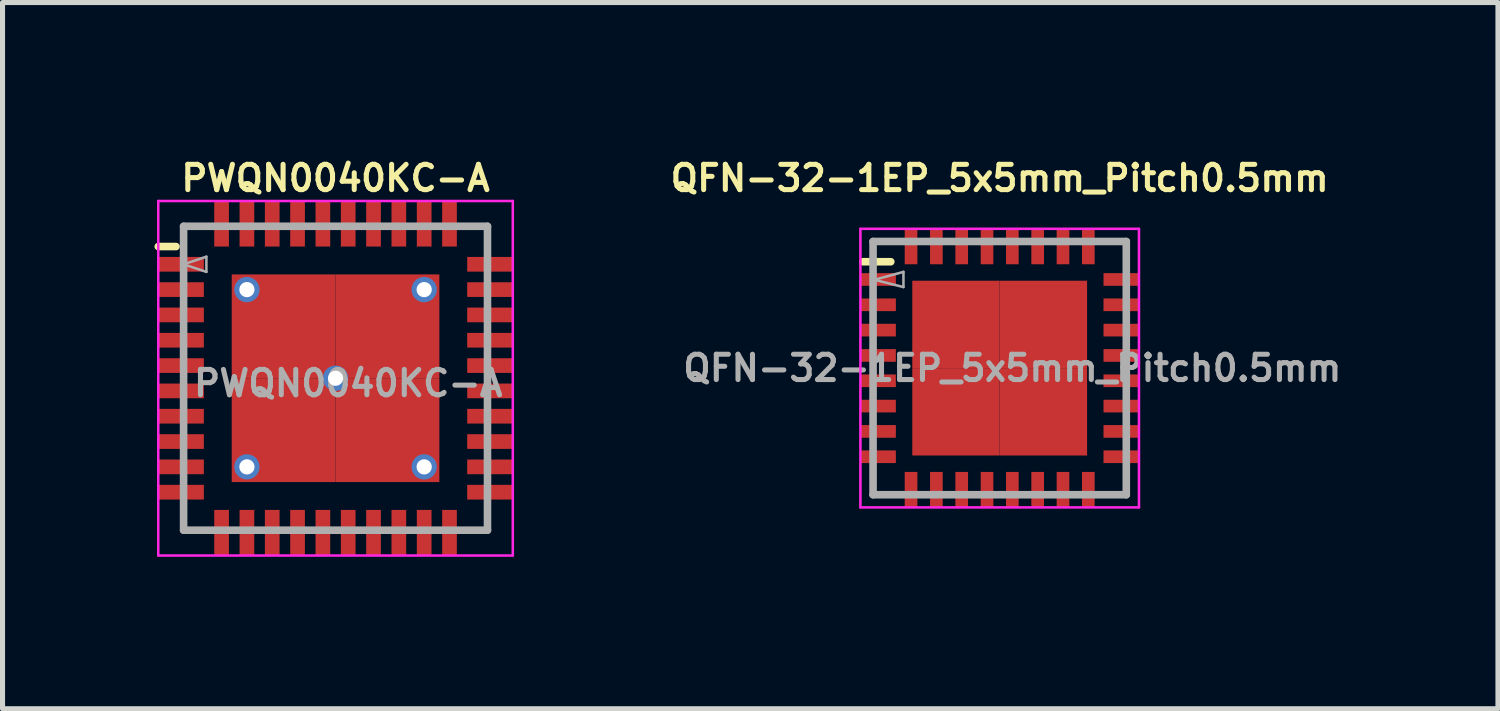
<source format=kicad_pcb>
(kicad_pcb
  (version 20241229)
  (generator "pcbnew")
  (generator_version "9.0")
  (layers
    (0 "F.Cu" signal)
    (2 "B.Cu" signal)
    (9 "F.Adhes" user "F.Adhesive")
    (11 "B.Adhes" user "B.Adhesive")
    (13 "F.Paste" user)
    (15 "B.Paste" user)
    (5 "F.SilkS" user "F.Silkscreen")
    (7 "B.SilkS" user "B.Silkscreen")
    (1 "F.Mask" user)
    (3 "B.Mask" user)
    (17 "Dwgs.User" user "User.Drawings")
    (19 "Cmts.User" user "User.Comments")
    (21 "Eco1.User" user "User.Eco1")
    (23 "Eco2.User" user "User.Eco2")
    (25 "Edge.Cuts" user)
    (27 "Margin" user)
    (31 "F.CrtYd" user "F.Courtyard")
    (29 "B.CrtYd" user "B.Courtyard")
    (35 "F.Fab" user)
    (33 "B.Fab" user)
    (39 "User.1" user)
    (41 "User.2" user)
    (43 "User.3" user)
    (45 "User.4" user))
  (footprint "QFN-32-1EP_5x5mm_Pitch0.5mm"
    (layer "F.Cu")
    (at 16.688 4.218)
    (property "Reference" "QFN-32-1EP_5x5mm_Pitch0.5mm" (at 0 -3.75 0) (layer "F.SilkS") (effects (font (size 0.5 0.5) (thickness 0.1))))
    (attr smd)
    (fp_line (start -2.7 -2.1) (end -2.15 -2.1) (stroke (width 0.15) (type solid)) (layer "F.SilkS"))
    (fp_line (start -2.75 -2.75) (end -2.75 2.75) (stroke (width 0.05) (type solid)) (layer "F.CrtYd"))
    (fp_line (start -2.75 -2.75) (end 2.75 -2.75) (stroke (width 0.05) (type solid)) (layer "F.CrtYd"))
    (fp_line (start -2.75 2.75) (end 2.75 2.75) (stroke (width 0.05) (type solid)) (layer "F.CrtYd"))
    (fp_line (start 2.75 -2.75) (end 2.75 2.75) (stroke (width 0.05) (type solid)) (layer "F.CrtYd"))
    (fp_line (start -2.5 -2.5) (end -2.5 2.5) (stroke (width 0.15) (type solid)) (layer "F.Fab"))
    (fp_line (start -2.5 2.5) (end 2.5 2.5) (stroke (width 0.15) (type solid)) (layer "F.Fab"))
    (fp_line (start -2.45 -1.75) (end -1.9 -1.9) (stroke (width 0.05) (type solid)) (layer "F.Fab"))
    (fp_line (start -1.9 -1.9) (end -1.9 -1.6) (stroke (width 0.05) (type solid)) (layer "F.Fab"))
    (fp_line (start -1.9 -1.6) (end -2.5 -1.75) (stroke (width 0.05) (type solid)) (layer "F.Fab"))
    (fp_line (start 2.5 -2.5) (end -2.5 -2.5) (stroke (width 0.15) (type solid)) (layer "F.Fab"))
    (fp_line (start 2.5 2.5) (end 2.5 -2.5) (stroke (width 0.15) (type solid)) (layer "F.Fab"))
    (fp_text user "${REFERENCE}" (at 0.25 0 0) (layer "F.Fab") (effects (font (size 0.5 0.5) (thickness 0.1))))
    (pad "1" smd rect (at -2.4 -1.75) (size 0.7 0.25) (layers "F.Cu" "F.Mask" "F.Paste"))
    (pad "2" smd rect (at -2.4 -1.25) (size 0.7 0.25) (layers "F.Cu" "F.Mask" "F.Paste"))
    (pad "3" smd rect (at -2.4 -0.75) (size 0.7 0.25) (layers "F.Cu" "F.Mask" "F.Paste"))
    (pad "4" smd rect (at -2.4 -0.25) (size 0.7 0.25) (layers "F.Cu" "F.Mask" "F.Paste"))
    (pad "5" smd rect (at -2.4 0.25) (size 0.7 0.25) (layers "F.Cu" "F.Mask" "F.Paste"))
    (pad "6" smd rect (at -2.4 0.75) (size 0.7 0.25) (layers "F.Cu" "F.Mask" "F.Paste"))
    (pad "7" smd rect (at -2.4 1.25) (size 0.7 0.25) (layers "F.Cu" "F.Mask" "F.Paste"))
    (pad "8" smd rect (at -2.4 1.75) (size 0.7 0.25) (layers "F.Cu" "F.Mask" "F.Paste"))
    (pad "9" smd rect (at -1.75 2.4 90) (size 0.7 0.25) (layers "F.Cu" "F.Mask" "F.Paste"))
    (pad "10" smd rect (at -1.25 2.4 90) (size 0.7 0.25) (layers "F.Cu" "F.Mask" "F.Paste"))
    (pad "11" smd rect (at -0.75 2.4 90) (size 0.7 0.25) (layers "F.Cu" "F.Mask" "F.Paste"))
    (pad "12" smd rect (at -0.25 2.4 90) (size 0.7 0.25) (layers "F.Cu" "F.Mask" "F.Paste"))
    (pad "13" smd rect (at 0.25 2.4 90) (size 0.7 0.25) (layers "F.Cu" "F.Mask" "F.Paste"))
    (pad "14" smd rect (at 0.75 2.4 90) (size 0.7 0.25) (layers "F.Cu" "F.Mask" "F.Paste"))
    (pad "15" smd rect (at 1.25 2.4 90) (size 0.7 0.25) (layers "F.Cu" "F.Mask" "F.Paste"))
    (pad "16" smd rect (at 1.75 2.4 90) (size 0.7 0.25) (layers "F.Cu" "F.Mask" "F.Paste"))
    (pad "17" smd rect (at 2.4 1.75) (size 0.7 0.25) (layers "F.Cu" "F.Mask" "F.Paste"))
    (pad "18" smd rect (at 2.4 1.25) (size 0.7 0.25) (layers "F.Cu" "F.Mask" "F.Paste"))
    (pad "19" smd rect (at 2.4 0.75) (size 0.7 0.25) (layers "F.Cu" "F.Mask" "F.Paste"))
    (pad "20" smd rect (at 2.4 0.25) (size 0.7 0.25) (layers "F.Cu" "F.Mask" "F.Paste"))
    (pad "21" smd rect (at 2.4 -0.25) (size 0.7 0.25) (layers "F.Cu" "F.Mask" "F.Paste"))
    (pad "22" smd rect (at 2.4 -0.75) (size 0.7 0.25) (layers "F.Cu" "F.Mask" "F.Paste"))
    (pad "23" smd rect (at 2.4 -1.25) (size 0.7 0.25) (layers "F.Cu" "F.Mask" "F.Paste"))
    (pad "24" smd rect (at 2.4 -1.75) (size 0.7 0.25) (layers "F.Cu" "F.Mask" "F.Paste"))
    (pad "25" smd rect (at 1.75 -2.4 90) (size 0.7 0.25) (layers "F.Cu" "F.Mask" "F.Paste"))
    (pad "26" smd rect (at 1.25 -2.4 90) (size 0.7 0.25) (layers "F.Cu" "F.Mask" "F.Paste"))
    (pad "27" smd rect (at 0.75 -2.4 90) (size 0.7 0.25) (layers "F.Cu" "F.Mask" "F.Paste"))
    (pad "28" smd rect (at 0.25 -2.4 90) (size 0.7 0.25) (layers "F.Cu" "F.Mask" "F.Paste"))
    (pad "29" smd rect (at -0.25 -2.4 90) (size 0.7 0.25) (layers "F.Cu" "F.Mask" "F.Paste"))
    (pad "30" smd rect (at -0.75 -2.4 90) (size 0.7 0.25) (layers "F.Cu" "F.Mask" "F.Paste"))
    (pad "31" smd rect (at -1.25 -2.4 90) (size 0.7 0.25) (layers "F.Cu" "F.Mask" "F.Paste"))
    (pad "32" smd rect (at -1.75 -2.4 90) (size 0.7 0.25) (layers "F.Cu" "F.Mask" "F.Paste"))
    (pad "33" smd rect (at -0.863 -0.863) (size 1.725 1.725) (layers "F.Cu" "F.Mask" "F.Paste"))
    (pad "33" smd rect (at -0.863 0.863) (size 1.725 1.725) (layers "F.Cu" "F.Mask" "F.Paste"))
    (pad "33" smd rect (at 0.863 -0.863) (size 1.725 1.725) (layers "F.Cu" "F.Mask" "F.Paste"))
    (pad "33" smd rect (at 0.863 0.863) (size 1.725 1.725) (layers "F.Cu" "F.Mask" "F.Paste")))
  (footprint "PWQN0040KC-A"
    (layer "F.Cu")
    (at 3.575 4.418)
    (property "Reference" "PWQN0040KC-A" (at 0 -3.95 0) (layer "F.SilkS") (effects (font (size 0.5 0.5) (thickness 0.1))))
    (attr smd)
    (fp_line (start -3.5 -2.6) (end -3.15 -2.6) (stroke (width 0.15) (type solid)) (layer "F.SilkS"))
    (fp_line (start -3.5 -3.5) (end -3.5 3.5) (stroke (width 0.05) (type solid)) (layer "F.CrtYd"))
    (fp_line (start -3.5 -3.5) (end 3.5 -3.5) (stroke (width 0.05) (type solid)) (layer "F.CrtYd"))
    (fp_line (start -3.5 3.5) (end 3.5 3.5) (stroke (width 0.05) (type solid)) (layer "F.CrtYd"))
    (fp_line (start 3.5 -3.5) (end 3.5 3.5) (stroke (width 0.05) (type solid)) (layer "F.CrtYd"))
    (fp_line (start -3 -3) (end -3 3) (stroke (width 0.15) (type solid)) (layer "F.Fab"))
    (fp_line (start -3 -2.25) (end -2.55 -2.4) (stroke (width 0.05) (type solid)) (layer "F.Fab"))
    (fp_line (start -3 3) (end 3 3) (stroke (width 0.15) (type solid)) (layer "F.Fab"))
    (fp_line (start -2.55 -2.4) (end -2.55 -2.1) (stroke (width 0.05) (type solid)) (layer "F.Fab"))
    (fp_line (start -2.55 -2.1) (end -3 -2.25) (stroke (width 0.05) (type solid)) (layer "F.Fab"))
    (fp_line (start 3 -3) (end -3 -3) (stroke (width 0.15) (type solid)) (layer "F.Fab"))
    (fp_line (start 3 3) (end 3 -3) (stroke (width 0.15) (type solid)) (layer "F.Fab"))
    (fp_text user "${REFERENCE}" (at 0.25 0.1 0) (layer "F.Fab") (effects (font (size 0.5 0.5) (thickness 0.1))))
    (pad "1" smd rect (at -3.05 -2.25) (size 0.9 0.29) (layers "F.Cu" "F.Mask" "F.Paste"))
    (pad "2" smd rect (at -3.05 -1.75) (size 0.9 0.29) (layers "F.Cu" "F.Mask" "F.Paste"))
    (pad "3" smd rect (at -3.05 -1.25) (size 0.9 0.29) (layers "F.Cu" "F.Mask" "F.Paste"))
    (pad "4" smd rect (at -3.05 -0.75) (size 0.9 0.29) (layers "F.Cu" "F.Mask" "F.Paste"))
    (pad "5" smd rect (at -3.05 -0.25) (size 0.9 0.29) (layers "F.Cu" "F.Mask" "F.Paste"))
    (pad "6" smd rect (at -3.05 0.25) (size 0.9 0.29) (layers "F.Cu" "F.Mask" "F.Paste"))
    (pad "7" smd rect (at -3.05 0.75) (size 0.9 0.29) (layers "F.Cu" "F.Mask" "F.Paste"))
    (pad "8" smd rect (at -3.05 1.25) (size 0.9 0.29) (layers "F.Cu" "F.Mask" "F.Paste"))
    (pad "9" smd rect (at -3.05 1.75) (size 0.9 0.29) (layers "F.Cu" "F.Mask" "F.Paste"))
    (pad "10" smd rect (at -3.05 2.25) (size 0.9 0.29) (layers "F.Cu" "F.Mask" "F.Paste"))
    (pad "11" smd rect (at -2.25 3.05 90) (size 0.9 0.29) (layers "F.Cu" "F.Mask" "F.Paste"))
    (pad "12" smd rect (at -1.75 3.05 90) (size 0.9 0.29) (layers "F.Cu" "F.Mask" "F.Paste"))
    (pad "13" smd rect (at -1.25 3.05 90) (size 0.9 0.29) (layers "F.Cu" "F.Mask" "F.Paste"))
    (pad "14" smd rect (at -0.75 3.05 90) (size 0.9 0.29) (layers "F.Cu" "F.Mask" "F.Paste"))
    (pad "15" smd rect (at -0.25 3.05 90) (size 0.9 0.29) (layers "F.Cu" "F.Mask" "F.Paste"))
    (pad "16" smd rect (at 0.25 3.05 90) (size 0.9 0.29) (layers "F.Cu" "F.Mask" "F.Paste"))
    (pad "17" smd rect (at 0.75 3.05 90) (size 0.9 0.29) (layers "F.Cu" "F.Mask" "F.Paste"))
    (pad "18" smd rect (at 1.25 3.05 90) (size 0.9 0.29) (layers "F.Cu" "F.Mask" "F.Paste"))
    (pad "19" smd rect (at 1.75 3.05 90) (size 0.9 0.29) (layers "F.Cu" "F.Mask" "F.Paste"))
    (pad "20" smd rect (at 2.25 3.05 90) (size 0.9 0.29) (layers "F.Cu" "F.Mask" "F.Paste"))
    (pad "21" smd rect (at 3.05 2.25) (size 0.9 0.29) (layers "F.Cu" "F.Mask" "F.Paste"))
    (pad "22" smd rect (at 3.05 1.75) (size 0.9 0.29) (layers "F.Cu" "F.Mask" "F.Paste"))
    (pad "23" smd rect (at 3.05 1.25) (size 0.9 0.29) (layers "F.Cu" "F.Mask" "F.Paste"))
    (pad "24" smd rect (at 3.05 0.75) (size 0.9 0.29) (layers "F.Cu" "F.Mask" "F.Paste"))
    (pad "25" smd rect (at 3.05 0.25) (size 0.9 0.29) (layers "F.Cu" "F.Mask" "F.Paste"))
    (pad "26" smd rect (at 3.05 -0.25) (size 0.9 0.29) (layers "F.Cu" "F.Mask" "F.Paste"))
    (pad "27" smd rect (at 3.05 -0.75) (size 0.9 0.29) (layers "F.Cu" "F.Mask" "F.Paste"))
    (pad "28" smd rect (at 3.05 -1.25) (size 0.9 0.29) (layers "F.Cu" "F.Mask" "F.Paste"))
    (pad "29" smd rect (at 3.05 -1.75) (size 0.9 0.29) (layers "F.Cu" "F.Mask" "F.Paste"))
    (pad "30" smd rect (at 3.05 -2.25) (size 0.9 0.29) (layers "F.Cu" "F.Mask" "F.Paste"))
    (pad "31" smd rect (at 2.25 -3.05 90) (size 0.9 0.29) (layers "F.Cu" "F.Mask" "F.Paste"))
    (pad "32" smd rect (at 1.75 -3.05 90) (size 0.9 0.29) (layers "F.Cu" "F.Mask" "F.Paste"))
    (pad "33" smd rect (at 1.25 -3.05 90) (size 0.9 0.29) (layers "F.Cu" "F.Mask" "F.Paste"))
    (pad "34" smd rect (at 0.75 -3.05 90) (size 0.9 0.29) (layers "F.Cu" "F.Mask" "F.Paste"))
    (pad "35" smd rect (at 0.25 -3.05 90) (size 0.9 0.29) (layers "F.Cu" "F.Mask" "F.Paste"))
    (pad "36" smd rect (at -0.25 -3.05 90) (size 0.9 0.29) (layers "F.Cu" "F.Mask" "F.Paste"))
    (pad "37" smd rect (at -0.75 -3.05 90) (size 0.9 0.29) (layers "F.Cu" "F.Mask" "F.Paste"))
    (pad "38" smd rect (at -1.25 -3.05 90) (size 0.9 0.29) (layers "F.Cu" "F.Mask" "F.Paste"))
    (pad "39" smd rect (at -1.75 -3.05 90) (size 0.9 0.29) (layers "F.Cu" "F.Mask" "F.Paste"))
    (pad "40" smd rect (at -2.25 -3.05 90) (size 0.9 0.29) (layers "F.Cu" "F.Mask" "F.Paste"))
    (pad "41" thru_hole circle (at -1.75 -1.75) (size 0.5 0.5) (drill 0.3) (layers "*.Cu" "F.Mask"))
    (pad "41" thru_hole circle (at -1.75 1.75) (size 0.5 0.5) (drill 0.3) (layers "*.Cu" "F.Mask"))
    (pad "41" smd rect (at -1.025 -1.025) (size 2.05 2.05) (layers "F.Cu" "F.Mask" "F.Paste"))
    (pad "41" smd rect (at -1.025 1.025) (size 2.05 2.05) (layers "F.Cu" "F.Mask" "F.Paste"))
    (pad "41" thru_hole circle (at 0 0) (size 0.5 0.5) (drill 0.3) (layers "*.Cu" "F.Mask"))
    (pad "41" smd rect (at 1.025 -1.025) (size 2.05 2.05) (layers "F.Cu" "F.Mask" "F.Paste"))
    (pad "41" smd rect (at 1.025 1.025) (size 2.05 2.05) (layers "F.Cu" "F.Mask" "F.Paste"))
    (pad "41" thru_hole circle (at 1.75 -1.75) (size 0.5 0.5) (drill 0.3) (layers "*.Cu" "F.Mask"))
    (pad "41" thru_hole circle (at 1.75 1.75) (size 0.5 0.5) (drill 0.3) (layers "*.Cu" "F.Mask")))
  (gr_rect
    (start -3 -3)
    (end 26.526 10.943)
    (stroke (width 0.1) (type default))
    (fill no)
    (layer "Edge.Cuts")))
</source>
